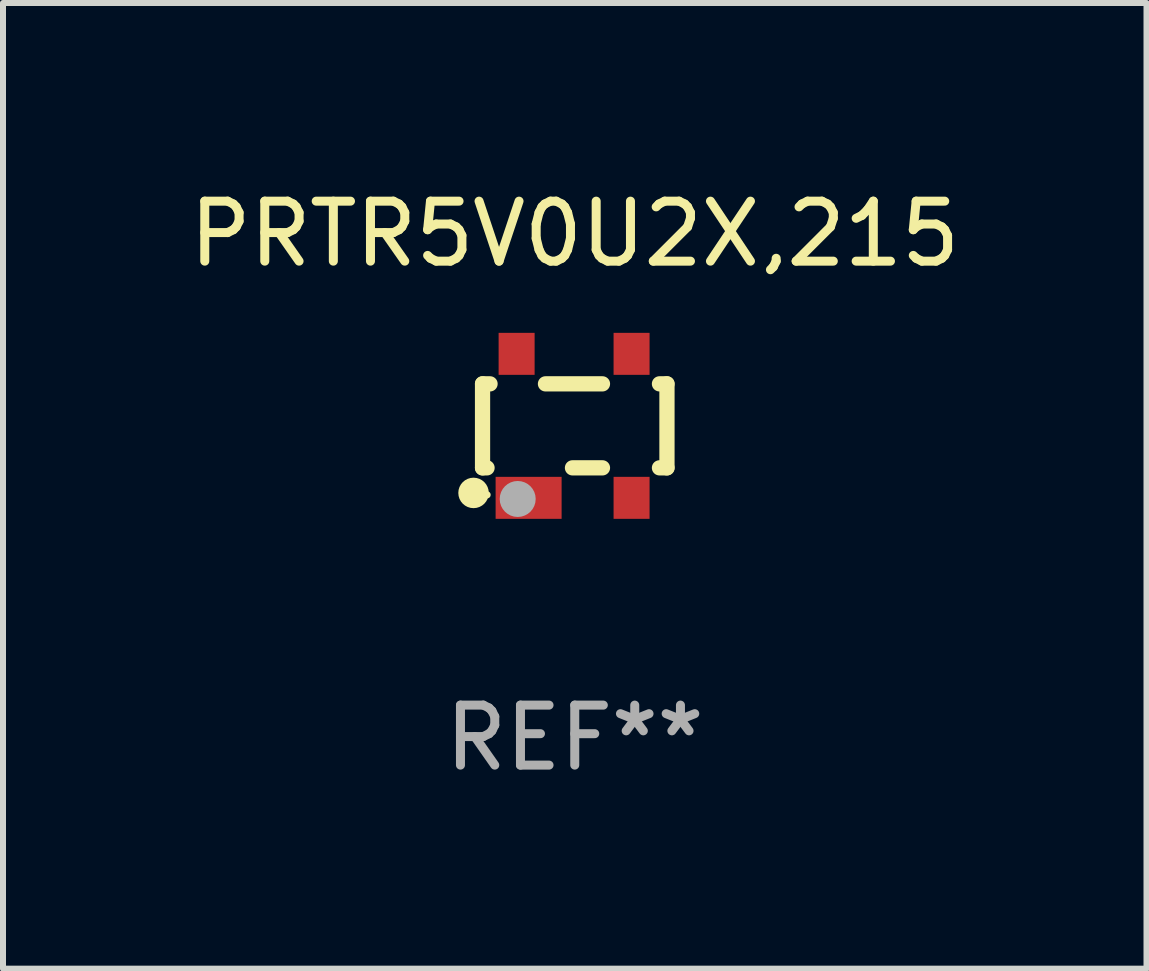
<source format=kicad_pcb>
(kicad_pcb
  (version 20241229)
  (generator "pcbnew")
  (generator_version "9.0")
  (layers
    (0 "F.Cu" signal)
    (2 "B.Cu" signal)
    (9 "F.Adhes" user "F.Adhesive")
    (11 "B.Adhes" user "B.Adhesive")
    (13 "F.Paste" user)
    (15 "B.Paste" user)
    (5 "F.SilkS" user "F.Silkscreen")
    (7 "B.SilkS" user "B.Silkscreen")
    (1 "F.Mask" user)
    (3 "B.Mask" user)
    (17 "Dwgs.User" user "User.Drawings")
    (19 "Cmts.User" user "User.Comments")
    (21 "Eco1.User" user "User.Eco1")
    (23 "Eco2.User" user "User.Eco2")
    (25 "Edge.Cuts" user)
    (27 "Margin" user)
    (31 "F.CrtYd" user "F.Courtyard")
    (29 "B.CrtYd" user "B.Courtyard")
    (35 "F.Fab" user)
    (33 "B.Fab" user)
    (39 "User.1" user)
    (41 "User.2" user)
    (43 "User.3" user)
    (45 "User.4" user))
  (footprint "PRTR5V0U2X,215"
    (layer "F.Cu")
    (at 6.53 4.048)
    (property "Reference" "PRTR5V0U2X,215" (at 0 -3.2 0) (layer "F.SilkS") (effects (font (size 1 1) (thickness 0.15))))
    (attr through_hole)
    (fp_line (start -1.537 -0.7) (end -1.412 -0.7) (stroke (width 0.254) (type solid)) (layer "F.SilkS"))
    (fp_line (start -1.537 0.7) (end -1.537 -0.7) (stroke (width 0.254) (type solid)) (layer "F.SilkS"))
    (fp_line (start -1.537 0.7) (end -1.462 0.7) (stroke (width 0.254) (type solid)) (layer "F.SilkS"))
    (fp_line (start -0.488 -0.7) (end 0.462 -0.7) (stroke (width 0.254) (type solid)) (layer "F.SilkS"))
    (fp_line (start -0.038 0.7) (end 0.462 0.7) (stroke (width 0.254) (type solid)) (layer "F.SilkS"))
    (fp_line (start 1.412 -0.7) (end 1.537 -0.7) (stroke (width 0.254) (type solid)) (layer "F.SilkS"))
    (fp_line (start 1.412 0.7) (end 1.537 0.7) (stroke (width 0.254) (type solid)) (layer "F.SilkS"))
    (fp_line (start 1.537 0.7) (end 1.537 -0.7) (stroke (width 0.254) (type solid)) (layer "F.SilkS"))
    (fp_circle (center -1.687 1.118) (end -1.56 1.118) (stroke (width 0.254) (type solid)) (fill no) (layer "F.SilkS"))
    (fp_circle (center -1.461 1.15) (end -1.431 1.15) (stroke (width 0.06) (type solid)) (fill no) (layer "F.SilkS"))
    (fp_circle (center -0.951 1.219) (end -0.801 1.219) (stroke (width 0.3) (type solid)) (fill no) (layer "F.Fab"))
    (fp_text user "REF**" (at 0 5.2 0) (layer "F.Fab") (effects (font (size 1 1) (thickness 0.15))))
    (pad "1" smd rect (at -0.769 1.2) (size 1.1 0.7) (layers "F.Cu" "F.Mask" "F.Paste"))
    (pad "2" smd rect (at 0.947 1.2) (size 0.6 0.7) (layers "F.Cu" "F.Mask" "F.Paste"))
    (pad "3" smd rect (at 0.947 -1.2) (size 0.6 0.7) (layers "F.Cu" "F.Mask" "F.Paste"))
    (pad "4" smd rect (at -0.969 -1.2) (size 0.6 0.7) (layers "F.Cu" "F.Mask" "F.Paste")))
  (gr_rect
    (start -3 -3)
    (end 16.06 13.096)
    (stroke (width 0.1) (type default))
    (fill no)
    (layer "Edge.Cuts")))
</source>
